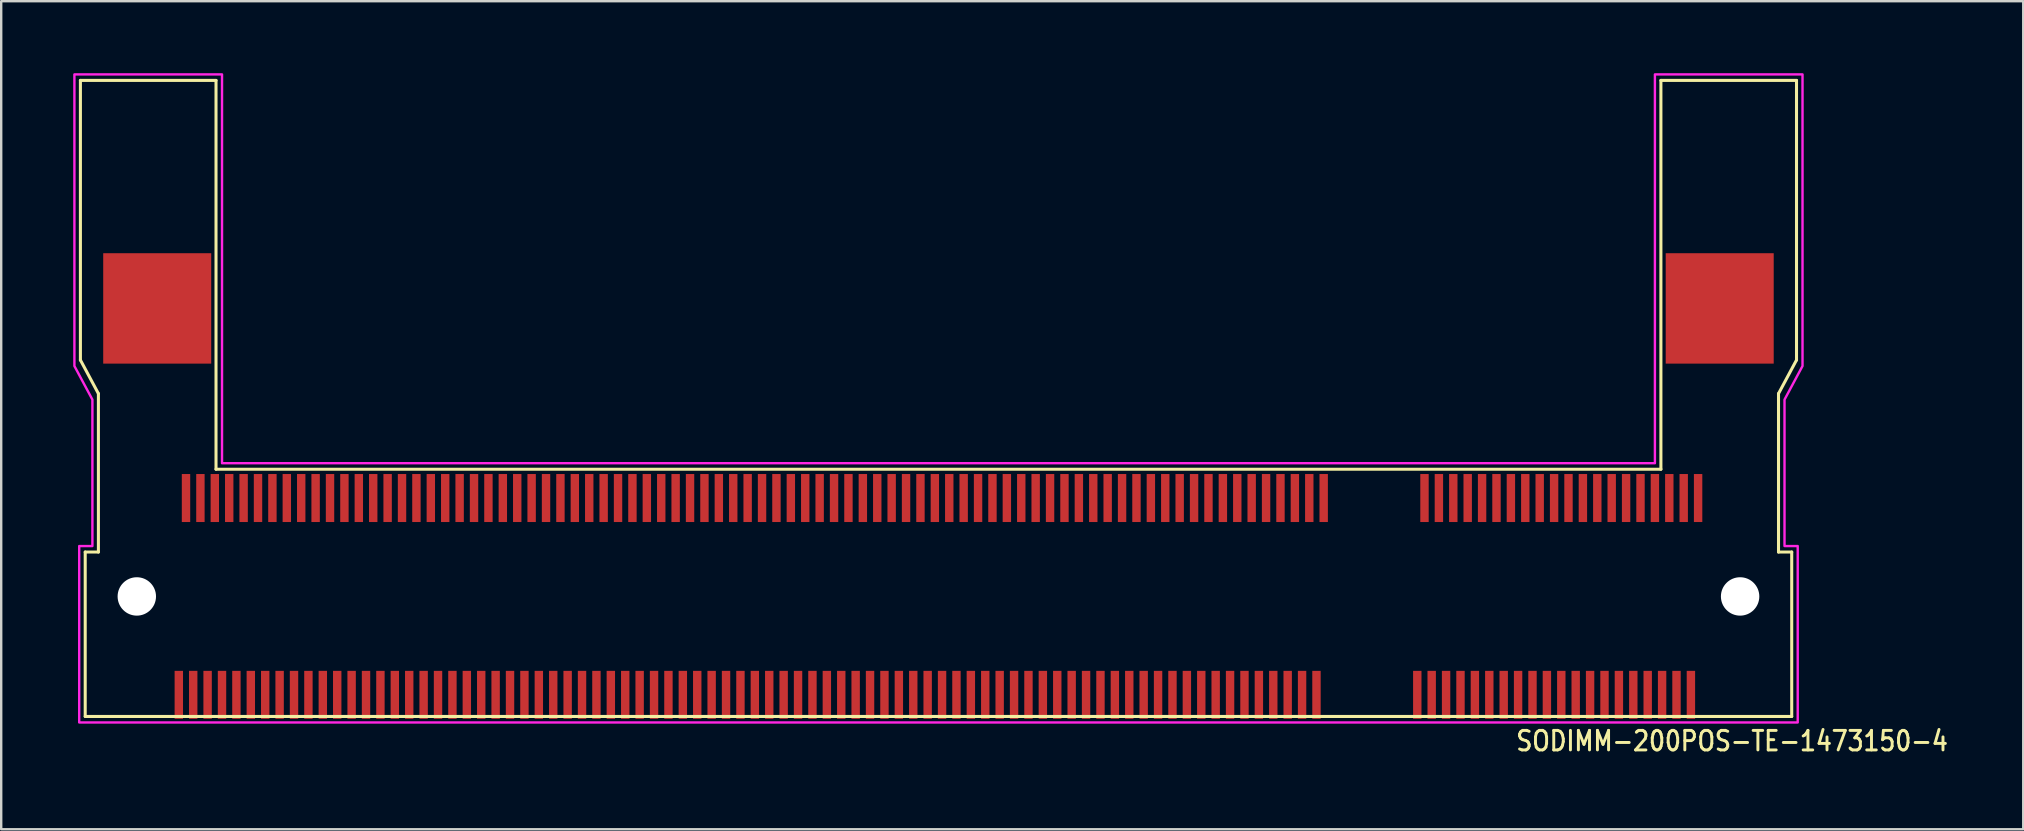
<source format=kicad_pcb>
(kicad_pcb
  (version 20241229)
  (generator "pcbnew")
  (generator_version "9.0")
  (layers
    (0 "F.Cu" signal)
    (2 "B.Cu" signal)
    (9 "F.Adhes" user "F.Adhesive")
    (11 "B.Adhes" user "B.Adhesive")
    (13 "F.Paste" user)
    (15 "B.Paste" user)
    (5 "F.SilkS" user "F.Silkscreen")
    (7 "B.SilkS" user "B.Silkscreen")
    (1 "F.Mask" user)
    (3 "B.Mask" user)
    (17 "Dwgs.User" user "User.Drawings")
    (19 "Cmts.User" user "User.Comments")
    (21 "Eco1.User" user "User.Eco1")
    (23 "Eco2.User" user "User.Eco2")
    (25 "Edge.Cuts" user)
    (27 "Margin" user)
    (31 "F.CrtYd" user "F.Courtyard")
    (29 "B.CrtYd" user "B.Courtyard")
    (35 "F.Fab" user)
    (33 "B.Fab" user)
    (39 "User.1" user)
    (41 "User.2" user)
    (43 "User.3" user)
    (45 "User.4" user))
  (footprint "SODIMM-200POS-TE-1473150-4"
    (layer "F.Cu")
    (at 36.05 21.8)
    (property "Reference" "SODIMM-200POS-TE-1473150-4" (at 24 6.5 0) (unlocked yes) (layer "F.SilkS") (effects (font (size 0.813 0.695) (thickness 0.122)) (justify left bottom)))
    (fp_line (start -35.75 -21.5) (end -30.1 -21.5) (stroke (width 0.127) (type solid)) (layer "F.SilkS"))
    (fp_line (start -35.75 -9.85) (end -35.75 -21.5) (stroke (width 0.127) (type solid)) (layer "F.SilkS"))
    (fp_line (start -35.75 -9.85) (end -35 -8.45) (stroke (width 0.127) (type solid)) (layer "F.SilkS"))
    (fp_line (start -35.55 -1.85) (end -35.55 5) (stroke (width 0.127) (type solid)) (layer "F.SilkS"))
    (fp_line (start -35.55 -1.85) (end -35 -1.85) (stroke (width 0.127) (type solid)) (layer "F.SilkS"))
    (fp_line (start -35.55 5) (end 35.55 5) (stroke (width 0.127) (type solid)) (layer "F.SilkS"))
    (fp_line (start -35 -1.85) (end -35 -8.45) (stroke (width 0.127) (type solid)) (layer "F.SilkS"))
    (fp_line (start -30.1 -21.5) (end -30.1 -5.3) (stroke (width 0.127) (type solid)) (layer "F.SilkS"))
    (fp_line (start -30.1 -5.3) (end 30.1 -5.3) (stroke (width 0.127) (type solid)) (layer "F.SilkS"))
    (fp_line (start 30.1 -21.5) (end 35.75 -21.5) (stroke (width 0.127) (type solid)) (layer "F.SilkS"))
    (fp_line (start 30.1 -5.3) (end 30.1 -21.5) (stroke (width 0.127) (type solid)) (layer "F.SilkS"))
    (fp_line (start 35 -1.85) (end 35 -8.45) (stroke (width 0.127) (type solid)) (layer "F.SilkS"))
    (fp_line (start 35.55 -1.85) (end 35 -1.85) (stroke (width 0.127) (type solid)) (layer "F.SilkS"))
    (fp_line (start 35.55 5) (end 35.55 -1.85) (stroke (width 0.127) (type solid)) (layer "F.SilkS"))
    (fp_line (start 35.75 -9.85) (end 35 -8.45) (stroke (width 0.127) (type solid)) (layer "F.SilkS"))
    (fp_line (start 35.75 -9.85) (end 35.75 -21.5) (stroke (width 0.127) (type solid)) (layer "F.SilkS"))
    (fp_poly (pts (xy -36 -21.75) (xy -29.85 -21.75) (xy -29.85 -5.55) (xy 29.85 -5.55) (xy 29.85 -21.75) (xy 36 -21.75) (xy 36 -9.6) (xy 35.25 -8.2) (xy 35.25 -2.1) (xy 35.8 -2.1) (xy 35.8 5.25) (xy -35.8 5.25) (xy -35.8 -2.1) (xy -35.25 -2.1) (xy -35.25 -8.2) (xy -36 -9.6)) (stroke (width 0.1) (type solid)) (fill no) (layer "F.CrtYd"))
    (pad "" np_thru_hole circle (at -33.4 0) (size 1.6 1.6) (drill 1.6) (layers "*.Cu" "*.Mask"))
    (pad "" np_thru_hole circle (at 33.4 0) (size 1.6 1.6) (drill 1.6) (layers "*.Cu" "*.Mask"))
    (pad "P$1" smd rect (at 31.65 -4.1) (size 0.35 2) (layers "F.Cu" "F.Mask" "F.Paste"))
    (pad "P$2" smd rect (at 31.35 4.1) (size 0.35 2) (layers "F.Cu" "F.Mask" "F.Paste"))
    (pad "P$3" smd rect (at 31.05 -4.1) (size 0.35 2) (layers "F.Cu" "F.Mask" "F.Paste"))
    (pad "P$4" smd rect (at 30.75 4.1) (size 0.35 2) (layers "F.Cu" "F.Mask" "F.Paste"))
    (pad "P$5" smd rect (at 30.45 -4.1) (size 0.35 2) (layers "F.Cu" "F.Mask" "F.Paste"))
    (pad "P$6" smd rect (at 30.15 4.1) (size 0.35 2) (layers "F.Cu" "F.Mask" "F.Paste"))
    (pad "P$7" smd rect (at 29.85 -4.1) (size 0.35 2) (layers "F.Cu" "F.Mask" "F.Paste"))
    (pad "P$8" smd rect (at 29.55 4.1) (size 0.35 2) (layers "F.Cu" "F.Mask" "F.Paste"))
    (pad "P$9" smd rect (at 29.25 -4.1) (size 0.35 2) (layers "F.Cu" "F.Mask" "F.Paste"))
    (pad "P$10" smd rect (at 28.95 4.1) (size 0.35 2) (layers "F.Cu" "F.Mask" "F.Paste"))
    (pad "P$11" smd rect (at 28.65 -4.1) (size 0.35 2) (layers "F.Cu" "F.Mask" "F.Paste"))
    (pad "P$12" smd rect (at 28.35 4.1) (size 0.35 2) (layers "F.Cu" "F.Mask" "F.Paste"))
    (pad "P$13" smd rect (at 28.05 -4.1) (size 0.35 2) (layers "F.Cu" "F.Mask" "F.Paste"))
    (pad "P$14" smd rect (at 27.75 4.1) (size 0.35 2) (layers "F.Cu" "F.Mask" "F.Paste"))
    (pad "P$15" smd rect (at 27.45 -4.1) (size 0.35 2) (layers "F.Cu" "F.Mask" "F.Paste"))
    (pad "P$16" smd rect (at 27.15 4.1) (size 0.35 2) (layers "F.Cu" "F.Mask" "F.Paste"))
    (pad "P$17" smd rect (at 26.85 -4.1) (size 0.35 2) (layers "F.Cu" "F.Mask" "F.Paste"))
    (pad "P$18" smd rect (at 26.55 4.1) (size 0.35 2) (layers "F.Cu" "F.Mask" "F.Paste"))
    (pad "P$19" smd rect (at 26.25 -4.1) (size 0.35 2) (layers "F.Cu" "F.Mask" "F.Paste"))
    (pad "P$20" smd rect (at 25.95 4.1) (size 0.35 2) (layers "F.Cu" "F.Mask" "F.Paste"))
    (pad "P$21" smd rect (at 25.65 -4.1) (size 0.35 2) (layers "F.Cu" "F.Mask" "F.Paste"))
    (pad "P$22" smd rect (at 25.35 4.1) (size 0.35 2) (layers "F.Cu" "F.Mask" "F.Paste"))
    (pad "P$23" smd rect (at 25.05 -4.1) (size 0.35 2) (layers "F.Cu" "F.Mask" "F.Paste"))
    (pad "P$24" smd rect (at 24.75 4.1) (size 0.35 2) (layers "F.Cu" "F.Mask" "F.Paste"))
    (pad "P$25" smd rect (at 24.45 -4.1) (size 0.35 2) (layers "F.Cu" "F.Mask" "F.Paste"))
    (pad "P$26" smd rect (at 24.15 4.1) (size 0.35 2) (layers "F.Cu" "F.Mask" "F.Paste"))
    (pad "P$27" smd rect (at 23.85 -4.1) (size 0.35 2) (layers "F.Cu" "F.Mask" "F.Paste"))
    (pad "P$28" smd rect (at 23.55 4.1) (size 0.35 2) (layers "F.Cu" "F.Mask" "F.Paste"))
    (pad "P$29" smd rect (at 23.25 -4.1) (size 0.35 2) (layers "F.Cu" "F.Mask" "F.Paste"))
    (pad "P$30" smd rect (at 22.95 4.1) (size 0.35 2) (layers "F.Cu" "F.Mask" "F.Paste"))
    (pad "P$31" smd rect (at 22.65 -4.1) (size 0.35 2) (layers "F.Cu" "F.Mask" "F.Paste"))
    (pad "P$32" smd rect (at 22.35 4.1) (size 0.35 2) (layers "F.Cu" "F.Mask" "F.Paste"))
    (pad "P$33" smd rect (at 22.05 -4.1) (size 0.35 2) (layers "F.Cu" "F.Mask" "F.Paste"))
    (pad "P$34" smd rect (at 21.75 4.1) (size 0.35 2) (layers "F.Cu" "F.Mask" "F.Paste"))
    (pad "P$35" smd rect (at 21.45 -4.1) (size 0.35 2) (layers "F.Cu" "F.Mask" "F.Paste"))
    (pad "P$36" smd rect (at 21.15 4.1) (size 0.35 2) (layers "F.Cu" "F.Mask" "F.Paste"))
    (pad "P$37" smd rect (at 20.85 -4.1) (size 0.35 2) (layers "F.Cu" "F.Mask" "F.Paste"))
    (pad "P$38" smd rect (at 20.55 4.1) (size 0.35 2) (layers "F.Cu" "F.Mask" "F.Paste"))
    (pad "P$39" smd rect (at 20.25 -4.1) (size 0.35 2) (layers "F.Cu" "F.Mask" "F.Paste"))
    (pad "P$40" smd rect (at 19.95 4.1) (size 0.35 2) (layers "F.Cu" "F.Mask" "F.Paste"))
    (pad "P$41" smd rect (at 16.05 -4.1) (size 0.35 2) (layers "F.Cu" "F.Mask" "F.Paste"))
    (pad "P$42" smd rect (at 15.75 4.1) (size 0.35 2) (layers "F.Cu" "F.Mask" "F.Paste"))
    (pad "P$43" smd rect (at 15.45 -4.1) (size 0.35 2) (layers "F.Cu" "F.Mask" "F.Paste"))
    (pad "P$44" smd rect (at 15.15 4.1) (size 0.35 2) (layers "F.Cu" "F.Mask" "F.Paste"))
    (pad "P$45" smd rect (at 14.85 -4.1) (size 0.35 2) (layers "F.Cu" "F.Mask" "F.Paste"))
    (pad "P$46" smd rect (at 14.55 4.1) (size 0.35 2) (layers "F.Cu" "F.Mask" "F.Paste"))
    (pad "P$47" smd rect (at 14.25 -4.1) (size 0.35 2) (layers "F.Cu" "F.Mask" "F.Paste"))
    (pad "P$48" smd rect (at 13.95 4.1) (size 0.35 2) (layers "F.Cu" "F.Mask" "F.Paste"))
    (pad "P$49" smd rect (at 13.65 -4.1) (size 0.35 2) (layers "F.Cu" "F.Mask" "F.Paste"))
    (pad "P$50" smd rect (at 13.35 4.1) (size 0.35 2) (layers "F.Cu" "F.Mask" "F.Paste"))
    (pad "P$51" smd rect (at 13.05 -4.1) (size 0.35 2) (layers "F.Cu" "F.Mask" "F.Paste"))
    (pad "P$52" smd rect (at 12.75 4.1) (size 0.35 2) (layers "F.Cu" "F.Mask" "F.Paste"))
    (pad "P$53" smd rect (at 12.45 -4.1) (size 0.35 2) (layers "F.Cu" "F.Mask" "F.Paste"))
    (pad "P$54" smd rect (at 12.15 4.1) (size 0.35 2) (layers "F.Cu" "F.Mask" "F.Paste"))
    (pad "P$55" smd rect (at 11.85 -4.1) (size 0.35 2) (layers "F.Cu" "F.Mask" "F.Paste"))
    (pad "P$56" smd rect (at 11.55 4.1) (size 0.35 2) (layers "F.Cu" "F.Mask" "F.Paste"))
    (pad "P$57" smd rect (at 11.25 -4.1) (size 0.35 2) (layers "F.Cu" "F.Mask" "F.Paste"))
    (pad "P$58" smd rect (at 10.95 4.1) (size 0.35 2) (layers "F.Cu" "F.Mask" "F.Paste"))
    (pad "P$59" smd rect (at 10.65 -4.1) (size 0.35 2) (layers "F.Cu" "F.Mask" "F.Paste"))
    (pad "P$60" smd rect (at 10.35 4.1) (size 0.35 2) (layers "F.Cu" "F.Mask" "F.Paste"))
    (pad "P$61" smd rect (at 10.05 -4.1) (size 0.35 2) (layers "F.Cu" "F.Mask" "F.Paste"))
    (pad "P$62" smd rect (at 9.75 4.1) (size 0.35 2) (layers "F.Cu" "F.Mask" "F.Paste"))
    (pad "P$63" smd rect (at 9.45 -4.1) (size 0.35 2) (layers "F.Cu" "F.Mask" "F.Paste"))
    (pad "P$64" smd rect (at 9.15 4.1) (size 0.35 2) (layers "F.Cu" "F.Mask" "F.Paste"))
    (pad "P$65" smd rect (at 8.85 -4.1) (size 0.35 2) (layers "F.Cu" "F.Mask" "F.Paste"))
    (pad "P$66" smd rect (at 8.55 4.1) (size 0.35 2) (layers "F.Cu" "F.Mask" "F.Paste"))
    (pad "P$67" smd rect (at 8.25 -4.1) (size 0.35 2) (layers "F.Cu" "F.Mask" "F.Paste"))
    (pad "P$68" smd rect (at 7.95 4.1) (size 0.35 2) (layers "F.Cu" "F.Mask" "F.Paste"))
    (pad "P$69" smd rect (at 7.65 -4.1) (size 0.35 2) (layers "F.Cu" "F.Mask" "F.Paste"))
    (pad "P$70" smd rect (at 7.35 4.1) (size 0.35 2) (layers "F.Cu" "F.Mask" "F.Paste"))
    (pad "P$71" smd rect (at 7.05 -4.1) (size 0.35 2) (layers "F.Cu" "F.Mask" "F.Paste"))
    (pad "P$72" smd rect (at 6.75 4.1) (size 0.35 2) (layers "F.Cu" "F.Mask" "F.Paste"))
    (pad "P$73" smd rect (at 6.45 -4.1) (size 0.35 2) (layers "F.Cu" "F.Mask" "F.Paste"))
    (pad "P$74" smd rect (at 6.15 4.1) (size 0.35 2) (layers "F.Cu" "F.Mask" "F.Paste"))
    (pad "P$75" smd rect (at 5.85 -4.1) (size 0.35 2) (layers "F.Cu" "F.Mask" "F.Paste"))
    (pad "P$76" smd rect (at 5.55 4.1) (size 0.35 2) (layers "F.Cu" "F.Mask" "F.Paste"))
    (pad "P$77" smd rect (at 5.25 -4.1) (size 0.35 2) (layers "F.Cu" "F.Mask" "F.Paste"))
    (pad "P$78" smd rect (at 4.95 4.1) (size 0.35 2) (layers "F.Cu" "F.Mask" "F.Paste"))
    (pad "P$79" smd rect (at 4.65 -4.1) (size 0.35 2) (layers "F.Cu" "F.Mask" "F.Paste"))
    (pad "P$80" smd rect (at 4.35 4.1) (size 0.35 2) (layers "F.Cu" "F.Mask" "F.Paste"))
    (pad "P$81" smd rect (at 4.05 -4.1) (size 0.35 2) (layers "F.Cu" "F.Mask" "F.Paste"))
    (pad "P$82" smd rect (at 3.75 4.1) (size 0.35 2) (layers "F.Cu" "F.Mask" "F.Paste"))
    (pad "P$83" smd rect (at 3.45 -4.1) (size 0.35 2) (layers "F.Cu" "F.Mask" "F.Paste"))
    (pad "P$84" smd rect (at 3.15 4.1) (size 0.35 2) (layers "F.Cu" "F.Mask" "F.Paste"))
    (pad "P$85" smd rect (at 2.85 -4.1) (size 0.35 2) (layers "F.Cu" "F.Mask" "F.Paste"))
    (pad "P$86" smd rect (at 2.55 4.1) (size 0.35 2) (layers "F.Cu" "F.Mask" "F.Paste"))
    (pad "P$87" smd rect (at 2.25 -4.1) (size 0.35 2) (layers "F.Cu" "F.Mask" "F.Paste"))
    (pad "P$88" smd rect (at 1.95 4.1) (size 0.35 2) (layers "F.Cu" "F.Mask" "F.Paste"))
    (pad "P$89" smd rect (at 1.65 -4.1) (size 0.35 2) (layers "F.Cu" "F.Mask" "F.Paste"))
    (pad "P$90" smd rect (at 1.35 4.1) (size 0.35 2) (layers "F.Cu" "F.Mask" "F.Paste"))
    (pad "P$91" smd rect (at 1.05 -4.1) (size 0.35 2) (layers "F.Cu" "F.Mask" "F.Paste"))
    (pad "P$92" smd rect (at 0.75 4.1) (size 0.35 2) (layers "F.Cu" "F.Mask" "F.Paste"))
    (pad "P$93" smd rect (at 0.45 -4.1) (size 0.35 2) (layers "F.Cu" "F.Mask" "F.Paste"))
    (pad "P$94" smd rect (at 0.15 4.1) (size 0.35 2) (layers "F.Cu" "F.Mask" "F.Paste"))
    (pad "P$95" smd rect (at -0.15 -4.1) (size 0.35 2) (layers "F.Cu" "F.Mask" "F.Paste"))
    (pad "P$96" smd rect (at -0.45 4.1) (size 0.35 2) (layers "F.Cu" "F.Mask" "F.Paste"))
    (pad "P$97" smd rect (at -0.75 -4.1) (size 0.35 2) (layers "F.Cu" "F.Mask" "F.Paste"))
    (pad "P$98" smd rect (at -1.05 4.1) (size 0.35 2) (layers "F.Cu" "F.Mask" "F.Paste"))
    (pad "P$99" smd rect (at -1.35 -4.1) (size 0.35 2) (layers "F.Cu" "F.Mask" "F.Paste"))
    (pad "P$100" smd rect (at -1.65 4.1) (size 0.35 2) (layers "F.Cu" "F.Mask" "F.Paste"))
    (pad "P$101" smd rect (at -1.95 -4.1) (size 0.35 2) (layers "F.Cu" "F.Mask" "F.Paste"))
    (pad "P$102" smd rect (at -2.25 4.1) (size 0.35 2) (layers "F.Cu" "F.Mask" "F.Paste"))
    (pad "P$103" smd rect (at -2.55 -4.1) (size 0.35 2) (layers "F.Cu" "F.Mask" "F.Paste"))
    (pad "P$104" smd rect (at -2.85 4.1) (size 0.35 2) (layers "F.Cu" "F.Mask" "F.Paste"))
    (pad "P$105" smd rect (at -3.15 -4.1) (size 0.35 2) (layers "F.Cu" "F.Mask" "F.Paste"))
    (pad "P$106" smd rect (at -3.45 4.1) (size 0.35 2) (layers "F.Cu" "F.Mask" "F.Paste"))
    (pad "P$107" smd rect (at -3.75 -4.1) (size 0.35 2) (layers "F.Cu" "F.Mask" "F.Paste"))
    (pad "P$108" smd rect (at -4.05 4.1) (size 0.35 2) (layers "F.Cu" "F.Mask" "F.Paste"))
    (pad "P$109" smd rect (at -4.35 -4.1) (size 0.35 2) (layers "F.Cu" "F.Mask" "F.Paste"))
    (pad "P$110" smd rect (at -4.65 4.1) (size 0.35 2) (layers "F.Cu" "F.Mask" "F.Paste"))
    (pad "P$111" smd rect (at -4.95 -4.1) (size 0.35 2) (layers "F.Cu" "F.Mask" "F.Paste"))
    (pad "P$112" smd rect (at -5.25 4.1) (size 0.35 2) (layers "F.Cu" "F.Mask" "F.Paste"))
    (pad "P$113" smd rect (at -5.55 -4.1) (size 0.35 2) (layers "F.Cu" "F.Mask" "F.Paste"))
    (pad "P$114" smd rect (at -5.85 4.1) (size 0.35 2) (layers "F.Cu" "F.Mask" "F.Paste"))
    (pad "P$115" smd rect (at -6.15 -4.1) (size 0.35 2) (layers "F.Cu" "F.Mask" "F.Paste"))
    (pad "P$116" smd rect (at -6.45 4.1) (size 0.35 2) (layers "F.Cu" "F.Mask" "F.Paste"))
    (pad "P$117" smd rect (at -6.75 -4.1) (size 0.35 2) (layers "F.Cu" "F.Mask" "F.Paste"))
    (pad "P$118" smd rect (at -7.05 4.1) (size 0.35 2) (layers "F.Cu" "F.Mask" "F.Paste"))
    (pad "P$119" smd rect (at -7.35 -4.1) (size 0.35 2) (layers "F.Cu" "F.Mask" "F.Paste"))
    (pad "P$120" smd rect (at -7.65 4.1) (size 0.35 2) (layers "F.Cu" "F.Mask" "F.Paste"))
    (pad "P$121" smd rect (at -7.95 -4.1) (size 0.35 2) (layers "F.Cu" "F.Mask" "F.Paste"))
    (pad "P$122" smd rect (at -8.25 4.1) (size 0.35 2) (layers "F.Cu" "F.Mask" "F.Paste"))
    (pad "P$123" smd rect (at -8.55 -4.1) (size 0.35 2) (layers "F.Cu" "F.Mask" "F.Paste"))
    (pad "P$124" smd rect (at -8.85 4.1) (size 0.35 2) (layers "F.Cu" "F.Mask" "F.Paste"))
    (pad "P$125" smd rect (at -9.15 -4.1) (size 0.35 2) (layers "F.Cu" "F.Mask" "F.Paste"))
    (pad "P$126" smd rect (at -9.45 4.1) (size 0.35 2) (layers "F.Cu" "F.Mask" "F.Paste"))
    (pad "P$127" smd rect (at -9.75 -4.1) (size 0.35 2) (layers "F.Cu" "F.Mask" "F.Paste"))
    (pad "P$128" smd rect (at -10.05 4.1) (size 0.35 2) (layers "F.Cu" "F.Mask" "F.Paste"))
    (pad "P$129" smd rect (at -10.35 -4.1) (size 0.35 2) (layers "F.Cu" "F.Mask" "F.Paste"))
    (pad "P$130" smd rect (at -10.65 4.1) (size 0.35 2) (layers "F.Cu" "F.Mask" "F.Paste"))
    (pad "P$131" smd rect (at -10.95 -4.1) (size 0.35 2) (layers "F.Cu" "F.Mask" "F.Paste"))
    (pad "P$132" smd rect (at -11.25 4.1) (size 0.35 2) (layers "F.Cu" "F.Mask" "F.Paste"))
    (pad "P$133" smd rect (at -11.55 -4.1) (size 0.35 2) (layers "F.Cu" "F.Mask" "F.Paste"))
    (pad "P$134" smd rect (at -11.85 4.1) (size 0.35 2) (layers "F.Cu" "F.Mask" "F.Paste"))
    (pad "P$135" smd rect (at -12.15 -4.1) (size 0.35 2) (layers "F.Cu" "F.Mask" "F.Paste"))
    (pad "P$136" smd rect (at -12.45 4.1) (size 0.35 2) (layers "F.Cu" "F.Mask" "F.Paste"))
    (pad "P$137" smd rect (at -12.75 -4.1) (size 0.35 2) (layers "F.Cu" "F.Mask" "F.Paste"))
    (pad "P$138" smd rect (at -13.05 4.1) (size 0.35 2) (layers "F.Cu" "F.Mask" "F.Paste"))
    (pad "P$139" smd rect (at -13.35 -4.1) (size 0.35 2) (layers "F.Cu" "F.Mask" "F.Paste"))
    (pad "P$140" smd rect (at -13.65 4.1) (size 0.35 2) (layers "F.Cu" "F.Mask" "F.Paste"))
    (pad "P$141" smd rect (at -13.95 -4.1) (size 0.35 2) (layers "F.Cu" "F.Mask" "F.Paste"))
    (pad "P$142" smd rect (at -14.25 4.1) (size 0.35 2) (layers "F.Cu" "F.Mask" "F.Paste"))
    (pad "P$143" smd rect (at -14.55 -4.1) (size 0.35 2) (layers "F.Cu" "F.Mask" "F.Paste"))
    (pad "P$144" smd rect (at -14.85 4.1) (size 0.35 2) (layers "F.Cu" "F.Mask" "F.Paste"))
    (pad "P$145" smd rect (at -15.15 -4.1) (size 0.35 2) (layers "F.Cu" "F.Mask" "F.Paste"))
    (pad "P$146" smd rect (at -15.45 4.1) (size 0.35 2) (layers "F.Cu" "F.Mask" "F.Paste"))
    (pad "P$147" smd rect (at -15.75 -4.1) (size 0.35 2) (layers "F.Cu" "F.Mask" "F.Paste"))
    (pad "P$148" smd rect (at -16.05 4.1) (size 0.35 2) (layers "F.Cu" "F.Mask" "F.Paste"))
    (pad "P$149" smd rect (at -16.35 -4.1) (size 0.35 2) (layers "F.Cu" "F.Mask" "F.Paste"))
    (pad "P$150" smd rect (at -16.65 4.1) (size 0.35 2) (layers "F.Cu" "F.Mask" "F.Paste"))
    (pad "P$151" smd rect (at -16.95 -4.1) (size 0.35 2) (layers "F.Cu" "F.Mask" "F.Paste"))
    (pad "P$152" smd rect (at -17.25 4.1) (size 0.35 2) (layers "F.Cu" "F.Mask" "F.Paste"))
    (pad "P$153" smd rect (at -17.55 -4.1) (size 0.35 2) (layers "F.Cu" "F.Mask" "F.Paste"))
    (pad "P$154" smd rect (at -17.85 4.1) (size 0.35 2) (layers "F.Cu" "F.Mask" "F.Paste"))
    (pad "P$155" smd rect (at -18.15 -4.1) (size 0.35 2) (layers "F.Cu" "F.Mask" "F.Paste"))
    (pad "P$156" smd rect (at -18.45 4.1) (size 0.35 2) (layers "F.Cu" "F.Mask" "F.Paste"))
    (pad "P$157" smd rect (at -18.75 -4.1) (size 0.35 2) (layers "F.Cu" "F.Mask" "F.Paste"))
    (pad "P$158" smd rect (at -19.05 4.1) (size 0.35 2) (layers "F.Cu" "F.Mask" "F.Paste"))
    (pad "P$159" smd rect (at -19.35 -4.1) (size 0.35 2) (layers "F.Cu" "F.Mask" "F.Paste"))
    (pad "P$160" smd rect (at -19.65 4.1) (size 0.35 2) (layers "F.Cu" "F.Mask" "F.Paste"))
    (pad "P$161" smd rect (at -19.95 -4.1) (size 0.35 2) (layers "F.Cu" "F.Mask" "F.Paste"))
    (pad "P$162" smd rect (at -20.25 4.1) (size 0.35 2) (layers "F.Cu" "F.Mask" "F.Paste"))
    (pad "P$163" smd rect (at -20.55 -4.1) (size 0.35 2) (layers "F.Cu" "F.Mask" "F.Paste"))
    (pad "P$164" smd rect (at -20.85 4.1) (size 0.35 2) (layers "F.Cu" "F.Mask" "F.Paste"))
    (pad "P$165" smd rect (at -21.15 -4.1) (size 0.35 2) (layers "F.Cu" "F.Mask" "F.Paste"))
    (pad "P$166" smd rect (at -21.45 4.1) (size 0.35 2) (layers "F.Cu" "F.Mask" "F.Paste"))
    (pad "P$167" smd rect (at -21.75 -4.1) (size 0.35 2) (layers "F.Cu" "F.Mask" "F.Paste"))
    (pad "P$168" smd rect (at -22.05 4.1) (size 0.35 2) (layers "F.Cu" "F.Mask" "F.Paste"))
    (pad "P$169" smd rect (at -22.35 -4.1) (size 0.35 2) (layers "F.Cu" "F.Mask" "F.Paste"))
    (pad "P$170" smd rect (at -22.65 4.1) (size 0.35 2) (layers "F.Cu" "F.Mask" "F.Paste"))
    (pad "P$171" smd rect (at -22.95 -4.1) (size 0.35 2) (layers "F.Cu" "F.Mask" "F.Paste"))
    (pad "P$172" smd rect (at -23.25 4.1) (size 0.35 2) (layers "F.Cu" "F.Mask" "F.Paste"))
    (pad "P$173" smd rect (at -23.55 -4.1) (size 0.35 2) (layers "F.Cu" "F.Mask" "F.Paste"))
    (pad "P$174" smd rect (at -23.85 4.1) (size 0.35 2) (layers "F.Cu" "F.Mask" "F.Paste"))
    (pad "P$175" smd rect (at -24.15 -4.1) (size 0.35 2) (layers "F.Cu" "F.Mask" "F.Paste"))
    (pad "P$176" smd rect (at -24.45 4.1) (size 0.35 2) (layers "F.Cu" "F.Mask" "F.Paste"))
    (pad "P$177" smd rect (at -24.75 -4.1) (size 0.35 2) (layers "F.Cu" "F.Mask" "F.Paste"))
    (pad "P$178" smd rect (at -25.05 4.1) (size 0.35 2) (layers "F.Cu" "F.Mask" "F.Paste"))
    (pad "P$179" smd rect (at -25.35 -4.1) (size 0.35 2) (layers "F.Cu" "F.Mask" "F.Paste"))
    (pad "P$180" smd rect (at -25.65 4.1) (size 0.35 2) (layers "F.Cu" "F.Mask" "F.Paste"))
    (pad "P$181" smd rect (at -25.95 -4.1) (size 0.35 2) (layers "F.Cu" "F.Mask" "F.Paste"))
    (pad "P$182" smd rect (at -26.25 4.1) (size 0.35 2) (layers "F.Cu" "F.Mask" "F.Paste"))
    (pad "P$183" smd rect (at -26.55 -4.1) (size 0.35 2) (layers "F.Cu" "F.Mask" "F.Paste"))
    (pad "P$184" smd rect (at -26.85 4.1) (size 0.35 2) (layers "F.Cu" "F.Mask" "F.Paste"))
    (pad "P$185" smd rect (at -27.15 -4.1) (size 0.35 2) (layers "F.Cu" "F.Mask" "F.Paste"))
    (pad "P$186" smd rect (at -27.45 4.1) (size 0.35 2) (layers "F.Cu" "F.Mask" "F.Paste"))
    (pad "P$187" smd rect (at -27.75 -4.1) (size 0.35 2) (layers "F.Cu" "F.Mask" "F.Paste"))
    (pad "P$188" smd rect (at -28.05 4.1) (size 0.35 2) (layers "F.Cu" "F.Mask" "F.Paste"))
    (pad "P$189" smd rect (at -28.35 -4.1) (size 0.35 2) (layers "F.Cu" "F.Mask" "F.Paste"))
    (pad "P$190" smd rect (at -28.65 4.1) (size 0.35 2) (layers "F.Cu" "F.Mask" "F.Paste"))
    (pad "P$191" smd rect (at -28.95 -4.1) (size 0.35 2) (layers "F.Cu" "F.Mask" "F.Paste"))
    (pad "P$192" smd rect (at -29.25 4.1) (size 0.35 2) (layers "F.Cu" "F.Mask" "F.Paste"))
    (pad "P$193" smd rect (at -29.55 -4.1) (size 0.35 2) (layers "F.Cu" "F.Mask" "F.Paste"))
    (pad "P$194" smd rect (at -29.85 4.1) (size 0.35 2) (layers "F.Cu" "F.Mask" "F.Paste"))
    (pad "P$195" smd rect (at -30.15 -4.1) (size 0.35 2) (layers "F.Cu" "F.Mask" "F.Paste"))
    (pad "P$196" smd rect (at -30.45 4.1) (size 0.35 2) (layers "F.Cu" "F.Mask" "F.Paste"))
    (pad "P$197" smd rect (at -30.75 -4.1) (size 0.35 2) (layers "F.Cu" "F.Mask" "F.Paste"))
    (pad "P$198" smd rect (at -31.05 4.1) (size 0.35 2) (layers "F.Cu" "F.Mask" "F.Paste"))
    (pad "P$199" smd rect (at -31.35 -4.1) (size 0.35 2) (layers "F.Cu" "F.Mask" "F.Paste"))
    (pad "P$200" smd rect (at -31.65 4.1) (size 0.35 2) (layers "F.Cu" "F.Mask" "F.Paste"))
    (pad "S$1" smd rect (at 32.55 -12) (size 4.5 4.6) (layers "F.Cu" "F.Mask" "F.Paste"))
    (pad "S$2" smd rect (at -32.55 -12) (size 4.5 4.6) (layers "F.Cu" "F.Mask" "F.Paste")))
  (gr_rect
    (start -3 -3)
    (end 81.246 31.5)
    (stroke (width 0.1) (type default))
    (fill no)
    (layer "Edge.Cuts")))
</source>
